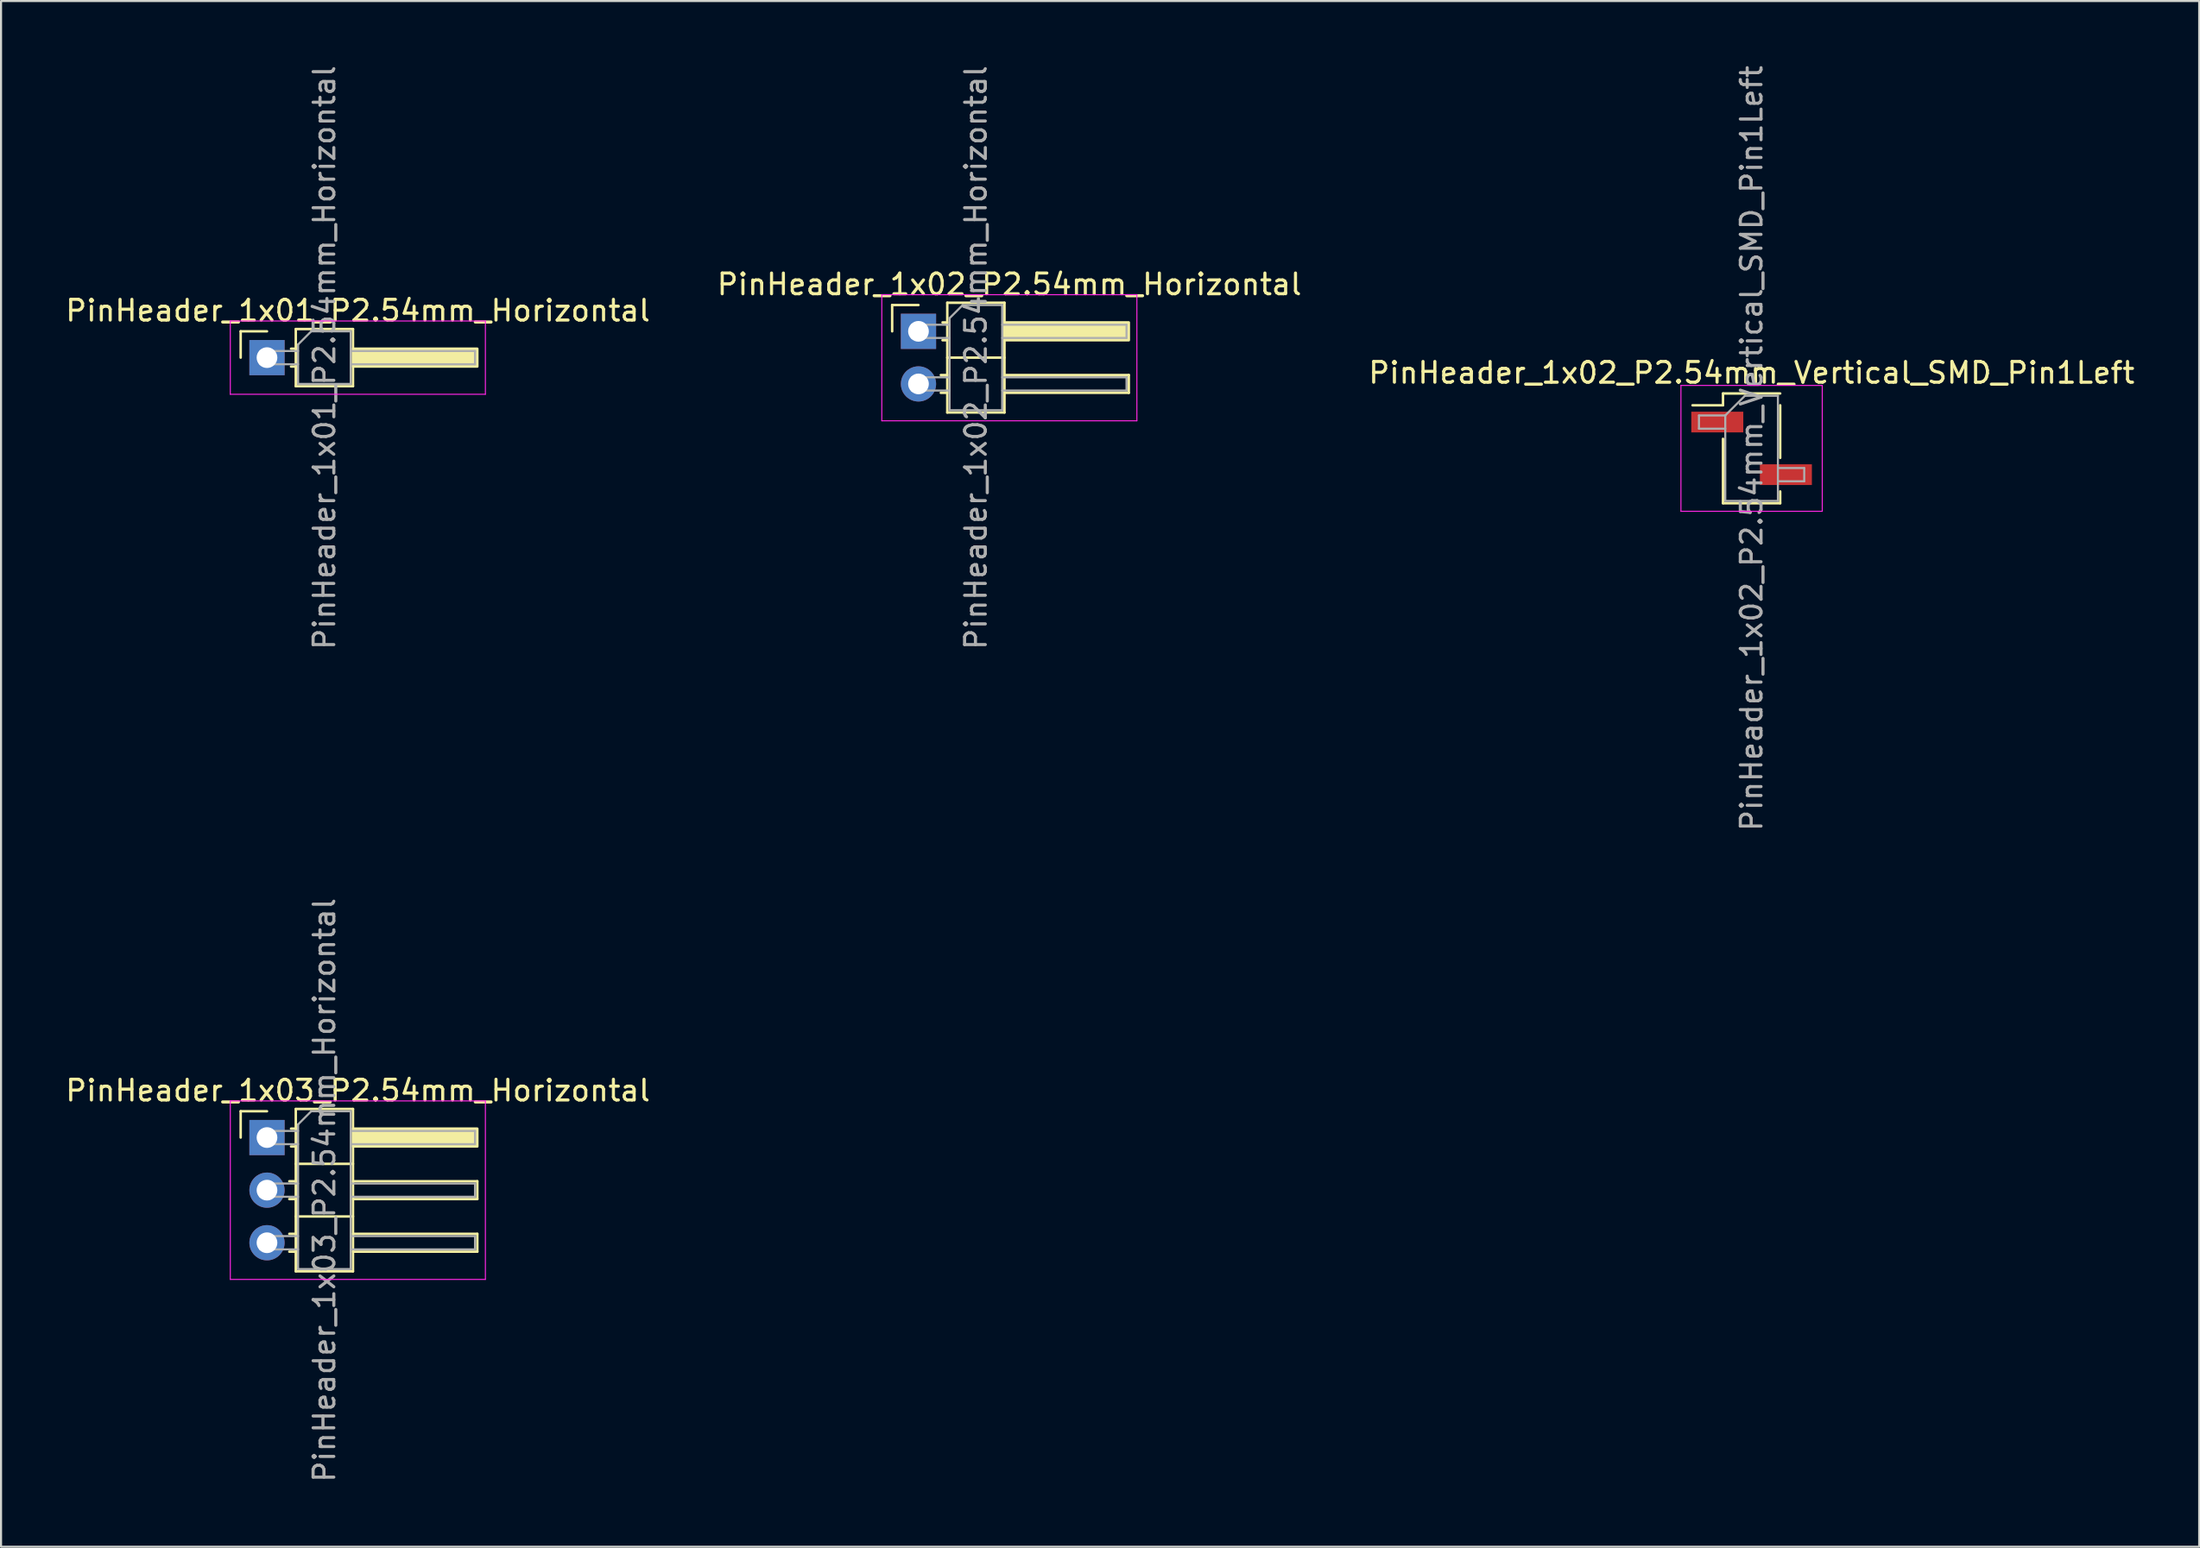
<source format=kicad_pcb>
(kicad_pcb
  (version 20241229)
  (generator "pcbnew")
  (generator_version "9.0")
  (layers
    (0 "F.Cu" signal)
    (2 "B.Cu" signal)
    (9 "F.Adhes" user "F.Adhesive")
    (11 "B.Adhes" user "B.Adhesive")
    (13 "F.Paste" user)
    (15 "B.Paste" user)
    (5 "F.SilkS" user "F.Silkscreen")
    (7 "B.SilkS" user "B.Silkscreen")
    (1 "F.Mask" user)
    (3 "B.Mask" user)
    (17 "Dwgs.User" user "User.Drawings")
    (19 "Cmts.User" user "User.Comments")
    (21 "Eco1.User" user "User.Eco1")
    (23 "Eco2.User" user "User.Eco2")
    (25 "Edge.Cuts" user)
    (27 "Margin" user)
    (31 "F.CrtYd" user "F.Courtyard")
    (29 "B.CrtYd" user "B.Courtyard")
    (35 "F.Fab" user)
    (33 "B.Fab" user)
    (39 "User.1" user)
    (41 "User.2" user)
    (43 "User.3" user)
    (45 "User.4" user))
  (footprint "PinHeader_1x02_P2.54mm_Vertical_SMD_Pin1Left"
    (layer "F.Cu")
    (at 81.482 18.601)
    (property "Reference" "PinHeader_1x02_P2.54mm_Vertical_SMD_Pin1Left" (at 0 -3.65 0) (layer "F.SilkS") (effects (font (size 1 1) (thickness 0.15))))
    (attr smd)
    (fp_line (start -1.38 -2.65) (end -1.38 -2.08) (stroke (width 0.12) (type solid)) (layer "F.SilkS"))
    (fp_line (start -1.38 -2.65) (end 1.38 -2.65) (stroke (width 0.12) (type solid)) (layer "F.SilkS"))
    (fp_line (start -1.38 -2.08) (end -2.85 -2.08) (stroke (width 0.12) (type solid)) (layer "F.SilkS"))
    (fp_line (start -1.38 -0.46) (end -1.38 2.65) (stroke (width 0.12) (type solid)) (layer "F.SilkS"))
    (fp_line (start -1.38 2.65) (end 1.38 2.65) (stroke (width 0.12) (type solid)) (layer "F.SilkS"))
    (fp_line (start 1.38 -2.08) (end 1.38 0.46) (stroke (width 0.12) (type solid)) (layer "F.SilkS"))
    (fp_line (start 1.38 2.08) (end 1.38 2.65) (stroke (width 0.12) (type solid)) (layer "F.SilkS"))
    (fp_line (start -3.41 -3.04) (end -3.41 3.04) (stroke (width 0.05) (type solid)) (layer "F.CrtYd"))
    (fp_line (start -3.41 3.04) (end 3.41 3.04) (stroke (width 0.05) (type solid)) (layer "F.CrtYd"))
    (fp_line (start 3.41 -3.04) (end -3.41 -3.04) (stroke (width 0.05) (type solid)) (layer "F.CrtYd"))
    (fp_line (start 3.41 3.04) (end 3.41 -3.04) (stroke (width 0.05) (type solid)) (layer "F.CrtYd"))
    (fp_line (start -2.54 -1.59) (end -2.54 -0.95) (stroke (width 0.1) (type solid)) (layer "F.Fab"))
    (fp_line (start -2.54 -0.95) (end -1.27 -0.95) (stroke (width 0.1) (type solid)) (layer "F.Fab"))
    (fp_line (start -1.27 -1.59) (end -2.54 -1.59) (stroke (width 0.1) (type solid)) (layer "F.Fab"))
    (fp_line (start -1.27 -1.59) (end -0.32 -2.54) (stroke (width 0.1) (type solid)) (layer "F.Fab"))
    (fp_line (start -1.27 2.54) (end -1.27 -1.59) (stroke (width 0.1) (type solid)) (layer "F.Fab"))
    (fp_line (start -0.32 -2.54) (end 1.27 -2.54) (stroke (width 0.1) (type solid)) (layer "F.Fab"))
    (fp_line (start 1.27 -2.54) (end 1.27 2.54) (stroke (width 0.1) (type solid)) (layer "F.Fab"))
    (fp_line (start 1.27 0.95) (end 2.54 0.95) (stroke (width 0.1) (type solid)) (layer "F.Fab"))
    (fp_line (start 1.27 2.54) (end -1.27 2.54) (stroke (width 0.1) (type solid)) (layer "F.Fab"))
    (fp_line (start 2.54 0.95) (end 2.54 1.59) (stroke (width 0.1) (type solid)) (layer "F.Fab"))
    (fp_line (start 2.54 1.59) (end 1.27 1.59) (stroke (width 0.1) (type solid)) (layer "F.Fab"))
    (fp_text user "${REFERENCE}" (at 0 0 90) (layer "F.Fab") (effects (font (size 1 1) (thickness 0.15))))
    (pad "1" smd rect (at -1.655 -1.27) (size 2.51 1) (layers "F.Cu" "F.Mask" "F.Paste"))
    (pad "2" smd rect (at 1.655 1.27) (size 2.51 1) (layers "F.Cu" "F.Mask" "F.Paste")))
  (footprint "PinHeader_1x01_P2.54mm_Horizontal"
    (layer "F.Cu")
    (at 9.835 14.22)
    (property "Reference" "PinHeader_1x01_P2.54mm_Horizontal" (at 4.385 -2.27 0) (layer "F.SilkS") (effects (font (size 1 1) (thickness 0.15))))
    (attr through_hole)
    (fp_line (start -1.27 -1.27) (end 0 -1.27) (stroke (width 0.12) (type solid)) (layer "F.SilkS"))
    (fp_line (start -1.27 0) (end -1.27 -1.27) (stroke (width 0.12) (type solid)) (layer "F.SilkS"))
    (fp_line (start 1.16 -0.43) (end 1.39 -0.43) (stroke (width 0.12) (type solid)) (layer "F.SilkS"))
    (fp_line (start 1.16 0.43) (end 1.39 0.43) (stroke (width 0.12) (type solid)) (layer "F.SilkS"))
    (fp_line (start 1.39 -1.38) (end 1.39 1.38) (stroke (width 0.12) (type solid)) (layer "F.SilkS"))
    (fp_line (start 1.39 1.38) (end 4.15 1.38) (stroke (width 0.12) (type solid)) (layer "F.SilkS"))
    (fp_line (start 4.15 -1.38) (end 1.39 -1.38) (stroke (width 0.12) (type solid)) (layer "F.SilkS"))
    (fp_line (start 4.15 1.38) (end 4.15 -1.38) (stroke (width 0.12) (type solid)) (layer "F.SilkS"))
    (fp_rect (start 4.15 -0.43) (end 10.15 0.43) (stroke (width 0.12) (type solid)) (fill yes) (layer "F.SilkS"))
    (fp_line (start -1.77 -1.77) (end -1.77 1.77) (stroke (width 0.05) (type solid)) (layer "F.CrtYd"))
    (fp_line (start -1.77 1.77) (end 10.54 1.77) (stroke (width 0.05) (type solid)) (layer "F.CrtYd"))
    (fp_line (start 10.54 -1.77) (end -1.77 -1.77) (stroke (width 0.05) (type solid)) (layer "F.CrtYd"))
    (fp_line (start 10.54 1.77) (end 10.54 -1.77) (stroke (width 0.05) (type solid)) (layer "F.CrtYd"))
    (fp_line (start -0.32 -0.32) (end -0.32 0.32) (stroke (width 0.1) (type solid)) (layer "F.Fab"))
    (fp_line (start -0.32 -0.32) (end 1.5 -0.32) (stroke (width 0.1) (type solid)) (layer "F.Fab"))
    (fp_line (start -0.32 0.32) (end 1.5 0.32) (stroke (width 0.1) (type solid)) (layer "F.Fab"))
    (fp_line (start 1.5 -0.635) (end 2.135 -1.27) (stroke (width 0.1) (type solid)) (layer "F.Fab"))
    (fp_line (start 1.5 1.27) (end 1.5 -0.635) (stroke (width 0.1) (type solid)) (layer "F.Fab"))
    (fp_line (start 2.135 -1.27) (end 4.04 -1.27) (stroke (width 0.1) (type solid)) (layer "F.Fab"))
    (fp_line (start 4.04 -1.27) (end 4.04 1.27) (stroke (width 0.1) (type solid)) (layer "F.Fab"))
    (fp_line (start 4.04 -0.32) (end 10.04 -0.32) (stroke (width 0.1) (type solid)) (layer "F.Fab"))
    (fp_line (start 4.04 0.32) (end 10.04 0.32) (stroke (width 0.1) (type solid)) (layer "F.Fab"))
    (fp_line (start 4.04 1.27) (end 1.5 1.27) (stroke (width 0.1) (type solid)) (layer "F.Fab"))
    (fp_line (start 10.04 -0.32) (end 10.04 0.32) (stroke (width 0.1) (type solid)) (layer "F.Fab"))
    (fp_text user "${REFERENCE}" (at 2.77 0 90) (layer "F.Fab") (effects (font (size 1 1) (thickness 0.15))))
    (pad "1" thru_hole rect (at 0 0) (size 1.7 1.7) (drill 1) (layers "*.Cu" "*.Mask")))
  (footprint "PinHeader_1x03_P2.54mm_Horizontal"
    (layer "F.Cu")
    (at 9.835 51.883)
    (property "Reference" "PinHeader_1x03_P2.54mm_Horizontal" (at 4.385 -2.27 0) (layer "F.SilkS") (effects (font (size 1 1) (thickness 0.15))))
    (attr through_hole)
    (fp_line (start -1.27 -1.27) (end 0 -1.27) (stroke (width 0.12) (type solid)) (layer "F.SilkS"))
    (fp_line (start -1.27 0) (end -1.27 -1.27) (stroke (width 0.12) (type solid)) (layer "F.SilkS"))
    (fp_line (start 1.077 2.11) (end 1.39 2.11) (stroke (width 0.12) (type solid)) (layer "F.SilkS"))
    (fp_line (start 1.077 2.97) (end 1.39 2.97) (stroke (width 0.12) (type solid)) (layer "F.SilkS"))
    (fp_line (start 1.077 4.65) (end 1.39 4.65) (stroke (width 0.12) (type solid)) (layer "F.SilkS"))
    (fp_line (start 1.077 5.51) (end 1.39 5.51) (stroke (width 0.12) (type solid)) (layer "F.SilkS"))
    (fp_line (start 1.16 -0.43) (end 1.39 -0.43) (stroke (width 0.12) (type solid)) (layer "F.SilkS"))
    (fp_line (start 1.16 0.43) (end 1.39 0.43) (stroke (width 0.12) (type solid)) (layer "F.SilkS"))
    (fp_line (start 1.39 -1.38) (end 1.39 6.46) (stroke (width 0.12) (type solid)) (layer "F.SilkS"))
    (fp_line (start 1.39 1.27) (end 4.15 1.27) (stroke (width 0.12) (type solid)) (layer "F.SilkS"))
    (fp_line (start 1.39 3.81) (end 4.15 3.81) (stroke (width 0.12) (type solid)) (layer "F.SilkS"))
    (fp_line (start 1.39 6.46) (end 4.15 6.46) (stroke (width 0.12) (type solid)) (layer "F.SilkS"))
    (fp_line (start 4.15 -1.38) (end 1.39 -1.38) (stroke (width 0.12) (type solid)) (layer "F.SilkS"))
    (fp_line (start 4.15 2.11) (end 10.15 2.11) (stroke (width 0.12) (type solid)) (layer "F.SilkS"))
    (fp_line (start 4.15 4.65) (end 10.15 4.65) (stroke (width 0.12) (type solid)) (layer "F.SilkS"))
    (fp_line (start 4.15 6.46) (end 4.15 -1.38) (stroke (width 0.12) (type solid)) (layer "F.SilkS"))
    (fp_line (start 10.15 2.11) (end 10.15 2.97) (stroke (width 0.12) (type solid)) (layer "F.SilkS"))
    (fp_line (start 10.15 2.97) (end 4.15 2.97) (stroke (width 0.12) (type solid)) (layer "F.SilkS"))
    (fp_line (start 10.15 4.65) (end 10.15 5.51) (stroke (width 0.12) (type solid)) (layer "F.SilkS"))
    (fp_line (start 10.15 5.51) (end 4.15 5.51) (stroke (width 0.12) (type solid)) (layer "F.SilkS"))
    (fp_rect (start 4.15 -0.43) (end 10.15 0.43) (stroke (width 0.12) (type solid)) (fill yes) (layer "F.SilkS"))
    (fp_line (start -1.77 -1.77) (end -1.77 6.85) (stroke (width 0.05) (type solid)) (layer "F.CrtYd"))
    (fp_line (start -1.77 6.85) (end 10.54 6.85) (stroke (width 0.05) (type solid)) (layer "F.CrtYd"))
    (fp_line (start 10.54 -1.77) (end -1.77 -1.77) (stroke (width 0.05) (type solid)) (layer "F.CrtYd"))
    (fp_line (start 10.54 6.85) (end 10.54 -1.77) (stroke (width 0.05) (type solid)) (layer "F.CrtYd"))
    (fp_line (start -0.32 -0.32) (end -0.32 0.32) (stroke (width 0.1) (type solid)) (layer "F.Fab"))
    (fp_line (start -0.32 -0.32) (end 1.5 -0.32) (stroke (width 0.1) (type solid)) (layer "F.Fab"))
    (fp_line (start -0.32 0.32) (end 1.5 0.32) (stroke (width 0.1) (type solid)) (layer "F.Fab"))
    (fp_line (start -0.32 2.22) (end -0.32 2.86) (stroke (width 0.1) (type solid)) (layer "F.Fab"))
    (fp_line (start -0.32 2.22) (end 1.5 2.22) (stroke (width 0.1) (type solid)) (layer "F.Fab"))
    (fp_line (start -0.32 2.86) (end 1.5 2.86) (stroke (width 0.1) (type solid)) (layer "F.Fab"))
    (fp_line (start -0.32 4.76) (end -0.32 5.4) (stroke (width 0.1) (type solid)) (layer "F.Fab"))
    (fp_line (start -0.32 4.76) (end 1.5 4.76) (stroke (width 0.1) (type solid)) (layer "F.Fab"))
    (fp_line (start -0.32 5.4) (end 1.5 5.4) (stroke (width 0.1) (type solid)) (layer "F.Fab"))
    (fp_line (start 1.5 -0.635) (end 2.135 -1.27) (stroke (width 0.1) (type solid)) (layer "F.Fab"))
    (fp_line (start 1.5 6.35) (end 1.5 -0.635) (stroke (width 0.1) (type solid)) (layer "F.Fab"))
    (fp_line (start 2.135 -1.27) (end 4.04 -1.27) (stroke (width 0.1) (type solid)) (layer "F.Fab"))
    (fp_line (start 4.04 -1.27) (end 4.04 6.35) (stroke (width 0.1) (type solid)) (layer "F.Fab"))
    (fp_line (start 4.04 -0.32) (end 10.04 -0.32) (stroke (width 0.1) (type solid)) (layer "F.Fab"))
    (fp_line (start 4.04 0.32) (end 10.04 0.32) (stroke (width 0.1) (type solid)) (layer "F.Fab"))
    (fp_line (start 4.04 2.22) (end 10.04 2.22) (stroke (width 0.1) (type solid)) (layer "F.Fab"))
    (fp_line (start 4.04 2.86) (end 10.04 2.86) (stroke (width 0.1) (type solid)) (layer "F.Fab"))
    (fp_line (start 4.04 4.76) (end 10.04 4.76) (stroke (width 0.1) (type solid)) (layer "F.Fab"))
    (fp_line (start 4.04 5.4) (end 10.04 5.4) (stroke (width 0.1) (type solid)) (layer "F.Fab"))
    (fp_line (start 4.04 6.35) (end 1.5 6.35) (stroke (width 0.1) (type solid)) (layer "F.Fab"))
    (fp_line (start 10.04 -0.32) (end 10.04 0.32) (stroke (width 0.1) (type solid)) (layer "F.Fab"))
    (fp_line (start 10.04 2.22) (end 10.04 2.86) (stroke (width 0.1) (type solid)) (layer "F.Fab"))
    (fp_line (start 10.04 4.76) (end 10.04 5.4) (stroke (width 0.1) (type solid)) (layer "F.Fab"))
    (fp_text user "${REFERENCE}" (at 2.77 2.54 90) (layer "F.Fab") (effects (font (size 1 1) (thickness 0.15))))
    (pad "1" thru_hole rect (at 0 0) (size 1.7 1.7) (drill 1) (layers "*.Cu" "*.Mask"))
    (pad "2" thru_hole circle (at 0 2.54) (size 1.7 1.7) (drill 1) (layers "*.Cu" "*.Mask"))
    (pad "3" thru_hole circle (at 0 5.08) (size 1.7 1.7) (drill 1) (layers "*.Cu" "*.Mask")))
  (footprint "PinHeader_1x02_P2.54mm_Horizontal"
    (layer "F.Cu")
    (at 41.276 12.95)
    (property "Reference" "PinHeader_1x02_P2.54mm_Horizontal" (at 4.385 -2.27 0) (layer "F.SilkS") (effects (font (size 1 1) (thickness 0.15))))
    (attr through_hole)
    (fp_line (start -1.27 -1.27) (end 0 -1.27) (stroke (width 0.12) (type solid)) (layer "F.SilkS"))
    (fp_line (start -1.27 0) (end -1.27 -1.27) (stroke (width 0.12) (type solid)) (layer "F.SilkS"))
    (fp_line (start 1.077 2.11) (end 1.39 2.11) (stroke (width 0.12) (type solid)) (layer "F.SilkS"))
    (fp_line (start 1.077 2.97) (end 1.39 2.97) (stroke (width 0.12) (type solid)) (layer "F.SilkS"))
    (fp_line (start 1.16 -0.43) (end 1.39 -0.43) (stroke (width 0.12) (type solid)) (layer "F.SilkS"))
    (fp_line (start 1.16 0.43) (end 1.39 0.43) (stroke (width 0.12) (type solid)) (layer "F.SilkS"))
    (fp_line (start 1.39 -1.38) (end 1.39 3.92) (stroke (width 0.12) (type solid)) (layer "F.SilkS"))
    (fp_line (start 1.39 1.27) (end 4.15 1.27) (stroke (width 0.12) (type solid)) (layer "F.SilkS"))
    (fp_line (start 1.39 3.92) (end 4.15 3.92) (stroke (width 0.12) (type solid)) (layer "F.SilkS"))
    (fp_line (start 4.15 -1.38) (end 1.39 -1.38) (stroke (width 0.12) (type solid)) (layer "F.SilkS"))
    (fp_line (start 4.15 2.11) (end 10.15 2.11) (stroke (width 0.12) (type solid)) (layer "F.SilkS"))
    (fp_line (start 4.15 3.92) (end 4.15 -1.38) (stroke (width 0.12) (type solid)) (layer "F.SilkS"))
    (fp_line (start 10.15 2.11) (end 10.15 2.97) (stroke (width 0.12) (type solid)) (layer "F.SilkS"))
    (fp_line (start 10.15 2.97) (end 4.15 2.97) (stroke (width 0.12) (type solid)) (layer "F.SilkS"))
    (fp_rect (start 4.15 -0.43) (end 10.15 0.43) (stroke (width 0.12) (type solid)) (fill yes) (layer "F.SilkS"))
    (fp_line (start -1.77 -1.77) (end -1.77 4.32) (stroke (width 0.05) (type solid)) (layer "F.CrtYd"))
    (fp_line (start -1.77 4.32) (end 10.54 4.32) (stroke (width 0.05) (type solid)) (layer "F.CrtYd"))
    (fp_line (start 10.54 -1.77) (end -1.77 -1.77) (stroke (width 0.05) (type solid)) (layer "F.CrtYd"))
    (fp_line (start 10.54 4.32) (end 10.54 -1.77) (stroke (width 0.05) (type solid)) (layer "F.CrtYd"))
    (fp_line (start -0.32 -0.32) (end -0.32 0.32) (stroke (width 0.1) (type solid)) (layer "F.Fab"))
    (fp_line (start -0.32 -0.32) (end 1.5 -0.32) (stroke (width 0.1) (type solid)) (layer "F.Fab"))
    (fp_line (start -0.32 0.32) (end 1.5 0.32) (stroke (width 0.1) (type solid)) (layer "F.Fab"))
    (fp_line (start -0.32 2.22) (end -0.32 2.86) (stroke (width 0.1) (type solid)) (layer "F.Fab"))
    (fp_line (start -0.32 2.22) (end 1.5 2.22) (stroke (width 0.1) (type solid)) (layer "F.Fab"))
    (fp_line (start -0.32 2.86) (end 1.5 2.86) (stroke (width 0.1) (type solid)) (layer "F.Fab"))
    (fp_line (start 1.5 -0.635) (end 2.135 -1.27) (stroke (width 0.1) (type solid)) (layer "F.Fab"))
    (fp_line (start 1.5 3.81) (end 1.5 -0.635) (stroke (width 0.1) (type solid)) (layer "F.Fab"))
    (fp_line (start 2.135 -1.27) (end 4.04 -1.27) (stroke (width 0.1) (type solid)) (layer "F.Fab"))
    (fp_line (start 4.04 -1.27) (end 4.04 3.81) (stroke (width 0.1) (type solid)) (layer "F.Fab"))
    (fp_line (start 4.04 -0.32) (end 10.04 -0.32) (stroke (width 0.1) (type solid)) (layer "F.Fab"))
    (fp_line (start 4.04 0.32) (end 10.04 0.32) (stroke (width 0.1) (type solid)) (layer "F.Fab"))
    (fp_line (start 4.04 2.22) (end 10.04 2.22) (stroke (width 0.1) (type solid)) (layer "F.Fab"))
    (fp_line (start 4.04 2.86) (end 10.04 2.86) (stroke (width 0.1) (type solid)) (layer "F.Fab"))
    (fp_line (start 4.04 3.81) (end 1.5 3.81) (stroke (width 0.1) (type solid)) (layer "F.Fab"))
    (fp_line (start 10.04 -0.32) (end 10.04 0.32) (stroke (width 0.1) (type solid)) (layer "F.Fab"))
    (fp_line (start 10.04 2.22) (end 10.04 2.86) (stroke (width 0.1) (type solid)) (layer "F.Fab"))
    (fp_text user "${REFERENCE}" (at 2.77 1.27 90) (layer "F.Fab") (effects (font (size 1 1) (thickness 0.15))))
    (pad "1" thru_hole rect (at 0 0) (size 1.7 1.7) (drill 1) (layers "*.Cu" "*.Mask"))
    (pad "2" thru_hole circle (at 0 2.54) (size 1.7 1.7) (drill 1) (layers "*.Cu" "*.Mask")))
  (gr_rect
    (start -3 -3)
    (end 103.083 71.643)
    (stroke (width 0.1) (type default))
    (fill no)
    (layer "Edge.Cuts")))
</source>
